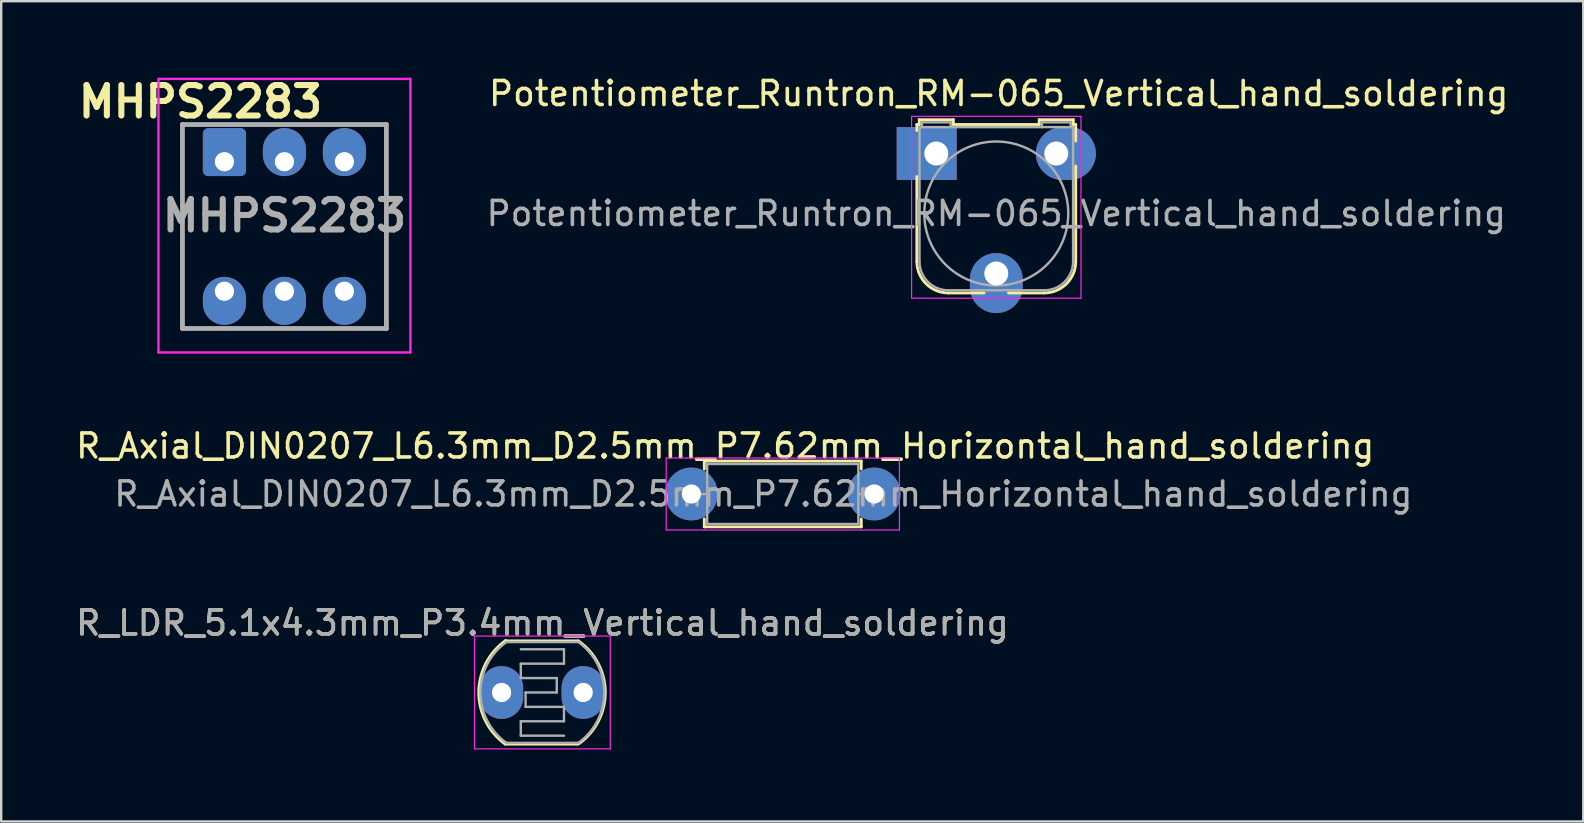
<source format=kicad_pcb>
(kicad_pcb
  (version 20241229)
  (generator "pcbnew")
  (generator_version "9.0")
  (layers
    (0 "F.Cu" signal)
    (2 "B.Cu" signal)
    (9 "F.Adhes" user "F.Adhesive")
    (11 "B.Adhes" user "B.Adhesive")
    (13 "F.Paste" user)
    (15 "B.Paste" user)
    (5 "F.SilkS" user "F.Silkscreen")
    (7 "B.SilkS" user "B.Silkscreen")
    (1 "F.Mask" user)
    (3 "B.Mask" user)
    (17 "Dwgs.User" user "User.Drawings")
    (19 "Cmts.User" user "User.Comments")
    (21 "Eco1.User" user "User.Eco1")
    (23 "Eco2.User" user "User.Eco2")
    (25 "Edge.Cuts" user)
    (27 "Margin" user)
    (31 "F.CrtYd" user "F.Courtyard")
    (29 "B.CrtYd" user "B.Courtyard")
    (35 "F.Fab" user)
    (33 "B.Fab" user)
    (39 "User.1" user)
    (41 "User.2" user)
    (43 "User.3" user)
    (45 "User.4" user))
  (footprint "R_Axial_DIN0207_L6.3mm_D2.5mm_P7.62mm_Horizontal_hand_soldering"
    (layer "F.Cu")
    (at 25.763 17.537)
    (property "Reference" "R_Axial_DIN0207_L6.3mm_D2.5mm_P7.62mm_Horizontal_hand_soldering" (at 1.41 -2 0) (layer "F.SilkS") (effects (font (size 1 1) (thickness 0.15))))
    (attr through_hole)
    (fp_line (start 0.54 -1.37) (end 7.08 -1.37) (stroke (width 0.12) (type solid)) (layer "F.SilkS"))
    (fp_line (start 0.54 -1.04) (end 0.54 -1.37) (stroke (width 0.12) (type solid)) (layer "F.SilkS"))
    (fp_line (start 0.54 1.04) (end 0.54 1.37) (stroke (width 0.12) (type solid)) (layer "F.SilkS"))
    (fp_line (start 0.54 1.37) (end 7.08 1.37) (stroke (width 0.12) (type solid)) (layer "F.SilkS"))
    (fp_line (start 7.08 -1.37) (end 7.08 -1.04) (stroke (width 0.12) (type solid)) (layer "F.SilkS"))
    (fp_line (start 7.08 1.37) (end 7.08 1.04) (stroke (width 0.12) (type solid)) (layer "F.SilkS"))
    (fp_line (start -1.05 -1.5) (end -1.05 1.5) (stroke (width 0.05) (type solid)) (layer "F.CrtYd"))
    (fp_line (start -1.05 1.5) (end 8.67 1.5) (stroke (width 0.05) (type solid)) (layer "F.CrtYd"))
    (fp_line (start 8.67 -1.5) (end -1.05 -1.5) (stroke (width 0.05) (type solid)) (layer "F.CrtYd"))
    (fp_line (start 8.67 1.5) (end 8.67 -1.5) (stroke (width 0.05) (type solid)) (layer "F.CrtYd"))
    (fp_line (start 0 0) (end 0.66 0) (stroke (width 0.1) (type solid)) (layer "F.Fab"))
    (fp_line (start 0.66 -1.25) (end 0.66 1.25) (stroke (width 0.1) (type solid)) (layer "F.Fab"))
    (fp_line (start 0.66 1.25) (end 6.96 1.25) (stroke (width 0.1) (type solid)) (layer "F.Fab"))
    (fp_line (start 6.96 -1.25) (end 0.66 -1.25) (stroke (width 0.1) (type solid)) (layer "F.Fab"))
    (fp_line (start 6.96 1.25) (end 6.96 -1.25) (stroke (width 0.1) (type solid)) (layer "F.Fab"))
    (fp_line (start 7.62 0) (end 6.96 0) (stroke (width 0.1) (type solid)) (layer "F.Fab"))
    (fp_text user "${REFERENCE}" (at 3 0 0) (layer "F.Fab") (effects (font (size 1 1) (thickness 0.15))))
    (pad "1" thru_hole circle (at 0 0) (size 2.2 2.2) (drill 0.8) (layers "*.Cu" "*.Mask"))
    (pad "2" thru_hole circle (at 7.62 0) (size 2.2 2.2) (drill 0.8) (layers "*.Cu" "*.Mask")))
  (footprint "R_LDR_5.1x4.3mm_P3.4mm_Vertical_hand_soldering"
    (layer "F.Cu")
    (at 17.854 25.81)
    (property "Reference" "R_LDR_5.1x4.3mm_P3.4mm_Vertical_hand_soldering" (at 1.7 -2.9 0) (layer "F.SilkS") (effects (font (size 1 1) (thickness 0.15))))
    (attr through_hole)
    (fp_line (start 0.15 -2.15) (end 3.2 -2.15) (stroke (width 0.12) (type solid)) (layer "F.SilkS"))
    (fp_line (start 0.15 2.15) (end 3.2 2.15) (stroke (width 0.12) (type solid)) (layer "F.SilkS"))
    (fp_arc (start 0.15 2.15) (mid -0.950438 -0.013368) (end 0.171766 -2.165525) (stroke (width 0.12) (type solid)) (layer "F.SilkS"))
    (fp_arc (start 3.2 -2.15) (mid 4.321403 -0.027338) (end 3.244513 2.118249) (stroke (width 0.12) (type solid)) (layer "F.SilkS"))
    (fp_line (start -1.13 -2.35) (end -1.13 2.35) (stroke (width 0.05) (type solid)) (layer "F.CrtYd"))
    (fp_line (start -1.13 -2.35) (end 4.53 -2.35) (stroke (width 0.05) (type solid)) (layer "F.CrtYd"))
    (fp_line (start 4.53 2.35) (end -1.13 2.35) (stroke (width 0.05) (type solid)) (layer "F.CrtYd"))
    (fp_line (start 4.53 2.35) (end 4.53 -2.35) (stroke (width 0.05) (type solid)) (layer "F.CrtYd"))
    (fp_line (start 0.2 -2.1) (end 3.2 -2.1) (stroke (width 0.1) (type solid)) (layer "F.Fab"))
    (fp_line (start 0.8 -1.8) (end 2.6 -1.8) (stroke (width 0.1) (type solid)) (layer "F.Fab"))
    (fp_line (start 0.8 -1.2) (end 0.8 -0.6) (stroke (width 0.1) (type solid)) (layer "F.Fab"))
    (fp_line (start 0.8 1.2) (end 0.8 1.8) (stroke (width 0.1) (type solid)) (layer "F.Fab"))
    (fp_line (start 0.8 1.8) (end 2.6 1.8) (stroke (width 0.1) (type solid)) (layer "F.Fab"))
    (fp_line (start 1 0) (end 1 0.6) (stroke (width 0.1) (type solid)) (layer "F.Fab"))
    (fp_line (start 1 0) (end 2.3 0) (stroke (width 0.1) (type solid)) (layer "F.Fab"))
    (fp_line (start 2.3 -0.6) (end 0.8 -0.6) (stroke (width 0.1) (type solid)) (layer "F.Fab"))
    (fp_line (start 2.3 0) (end 2.3 -0.6) (stroke (width 0.1) (type solid)) (layer "F.Fab"))
    (fp_line (start 2.6 -1.8) (end 2.6 -1.2) (stroke (width 0.1) (type solid)) (layer "F.Fab"))
    (fp_line (start 2.6 -1.2) (end 0.8 -1.2) (stroke (width 0.1) (type solid)) (layer "F.Fab"))
    (fp_line (start 2.6 0.6) (end 1 0.6) (stroke (width 0.1) (type solid)) (layer "F.Fab"))
    (fp_line (start 2.6 0.6) (end 2.6 1.2) (stroke (width 0.1) (type solid)) (layer "F.Fab"))
    (fp_line (start 2.6 1.2) (end 0.8 1.2) (stroke (width 0.1) (type solid)) (layer "F.Fab"))
    (fp_line (start 3.2 2.1) (end 0.2 2.1) (stroke (width 0.1) (type solid)) (layer "F.Fab"))
    (fp_arc (start 0.2 2.1) (mid -0.880697 -0.001697) (end 0.202763 -2.101971) (stroke (width 0.1) (type solid)) (layer "F.Fab"))
    (fp_arc (start 3.2 -2.1) (mid 4.280697 0.001697) (end 3.197237 2.101971) (stroke (width 0.1) (type solid)) (layer "F.Fab"))
    (fp_text user "${REFERENCE}" (at 1.7 -2.9 0) (layer "F.Fab") (effects (font (size 1 1) (thickness 0.15))))
    (pad "1" thru_hole oval (at 0 0) (size 1.8 2.2) (drill 0.8) (layers "*.Cu" "*.Mask"))
    (pad "2" thru_hole oval (at 3.4 0) (size 1.8 2.2) (drill 0.8) (layers "*.Cu" "*.Mask")))
  (footprint "Potentiometer_Runtron_RM-065_Vertical_hand_soldering"
    (layer "F.Cu")
    (at 35.971 3.348)
    (property "Reference" "Potentiometer_Runtron_RM-065_Vertical_hand_soldering" (at 2.6 -2.5 0) (layer "F.SilkS") (effects (font (size 1 1) (thickness 0.15))))
    (attr through_hole)
    (fp_line (start -0.81 -1.21) (end -0.81 -0.96) (stroke (width 0.12) (type solid)) (layer "F.SilkS"))
    (fp_line (start -0.81 4.5) (end -0.81 0.96) (stroke (width 0.12) (type solid)) (layer "F.SilkS"))
    (fp_line (start -0.71 -1.41) (end -0.71 -1.21) (stroke (width 0.12) (type solid)) (layer "F.SilkS"))
    (fp_line (start -0.71 -1.41) (end 0.71 -1.41) (stroke (width 0.12) (type solid)) (layer "F.SilkS"))
    (fp_line (start -0.71 -1.21) (end -0.81 -1.21) (stroke (width 0.12) (type solid)) (layer "F.SilkS"))
    (fp_line (start 0.71 -1.21) (end 0.71 -1.41) (stroke (width 0.12) (type solid)) (layer "F.SilkS"))
    (fp_line (start 0.71 -1.21) (end 4.29 -1.21) (stroke (width 0.12) (type solid)) (layer "F.SilkS"))
    (fp_line (start 1.99 5.81) (end 0.5 5.81) (stroke (width 0.12) (type solid)) (layer "F.SilkS"))
    (fp_line (start 4.29 -1.41) (end 5.71 -1.41) (stroke (width 0.12) (type solid)) (layer "F.SilkS"))
    (fp_line (start 4.29 -1.21) (end 4.29 -1.41) (stroke (width 0.12) (type solid)) (layer "F.SilkS"))
    (fp_line (start 4.5 5.81) (end 3.01 5.81) (stroke (width 0.12) (type solid)) (layer "F.SilkS"))
    (fp_line (start 5.71 -1.41) (end 5.71 -1.21) (stroke (width 0.12) (type solid)) (layer "F.SilkS"))
    (fp_line (start 5.71 -1.21) (end 5.81 -1.21) (stroke (width 0.12) (type solid)) (layer "F.SilkS"))
    (fp_line (start 5.81 -1.21) (end 5.81 -0.52) (stroke (width 0.12) (type solid)) (layer "F.SilkS"))
    (fp_line (start 5.81 0.52) (end 5.81 4.5) (stroke (width 0.12) (type solid)) (layer "F.SilkS"))
    (fp_arc (start 0.5 5.81) (mid -0.42631 5.42631) (end -0.81 4.5) (stroke (width 0.12) (type solid)) (layer "F.SilkS"))
    (fp_arc (start 5.81 4.5) (mid 5.42631 5.42631) (end 4.5 5.81) (stroke (width 0.12) (type solid)) (layer "F.SilkS"))
    (fp_line (start -1.03 -1.55) (end -1.03 6.03) (stroke (width 0.05) (type solid)) (layer "F.CrtYd"))
    (fp_line (start -1.03 -1.55) (end 6.03 -1.55) (stroke (width 0.05) (type solid)) (layer "F.CrtYd"))
    (fp_line (start 6.03 6.03) (end -1.03 6.03) (stroke (width 0.05) (type solid)) (layer "F.CrtYd"))
    (fp_line (start 6.03 6.03) (end 6.03 -1.55) (stroke (width 0.05) (type solid)) (layer "F.CrtYd"))
    (fp_line (start -0.7 4.5) (end -0.7 -1.1) (stroke (width 0.1) (type solid)) (layer "F.Fab"))
    (fp_line (start -0.6 -1.3) (end 0.6 -1.3) (stroke (width 0.1) (type solid)) (layer "F.Fab"))
    (fp_line (start -0.6 -1.1) (end -0.6 -1.3) (stroke (width 0.1) (type solid)) (layer "F.Fab"))
    (fp_line (start 0.5 5.7) (end 4.5 5.7) (stroke (width 0.1) (type solid)) (layer "F.Fab"))
    (fp_line (start 0.6 -1.3) (end 0.6 -1.1) (stroke (width 0.1) (type solid)) (layer "F.Fab"))
    (fp_line (start 4.4 -1.3) (end 4.4 -1.1) (stroke (width 0.1) (type solid)) (layer "F.Fab"))
    (fp_line (start 5.6 -1.3) (end 4.41 -1.3) (stroke (width 0.1) (type solid)) (layer "F.Fab"))
    (fp_line (start 5.6 -1.1) (end 5.6 -1.3) (stroke (width 0.1) (type solid)) (layer "F.Fab"))
    (fp_line (start 5.7 -1.1) (end -0.7 -1.1) (stroke (width 0.1) (type solid)) (layer "F.Fab"))
    (fp_line (start 5.7 4.5) (end 5.7 -1.1) (stroke (width 0.1) (type solid)) (layer "F.Fab"))
    (fp_arc (start 0.5 5.7) (mid -0.348528 5.348528) (end -0.7 4.5) (stroke (width 0.1) (type solid)) (layer "F.Fab"))
    (fp_arc (start 5.7 4.5) (mid 5.348528 5.348528) (end 4.5 5.7) (stroke (width 0.1) (type solid)) (layer "F.Fab"))
    (fp_circle (center 2.5 2.5) (end 5.5 2.5) (stroke (width 0.1) (type solid)) (fill no) (layer "F.Fab"))
    (fp_text user "${REFERENCE}" (at 2.5 2.5 0) (layer "F.Fab") (effects (font (size 1 1) (thickness 0.15))))
    (pad "1" thru_hole rect (at 0 0) (size 2.5 2.2) (drill 1 (offset -0.4 0)) (layers "*.Cu" "*.Mask"))
    (pad "2" thru_hole oval (at 2.5 5) (size 2.2 2.5) (drill 1 (offset 0 0.4)) (layers "*.Cu" "*.Mask"))
    (pad "3" thru_hole oval (at 5 0) (size 2.5 2.2) (drill 1 (offset 0.4 0)) (layers "*.Cu" "*.Mask")))
  (footprint "MHPS2283"
    (layer "F.Cu")
    (at 6.304 3.689)
    (property "Reference" "MHPS2283" (at -1 -2.5 0) (layer "F.SilkS") (effects (font (size 1.27 1.27) (thickness 0.254))))
    (attr through_hole)
    (fp_line (start -1.75 -1.55) (end 6.75 -1.55) (stroke (width 0.1) (type solid)) (layer "F.SilkS"))
    (fp_line (start -1.75 6.95) (end -1.75 -1.55) (stroke (width 0.1) (type solid)) (layer "F.SilkS"))
    (fp_line (start 6.75 -1.55) (end 6.75 6.95) (stroke (width 0.1) (type solid)) (layer "F.SilkS"))
    (fp_line (start 6.75 6.95) (end -1.75 6.95) (stroke (width 0.1) (type solid)) (layer "F.SilkS"))
    (fp_line (start -2.75 -3.45) (end 7.75 -3.45) (stroke (width 0.1) (type solid)) (layer "F.CrtYd"))
    (fp_line (start -2.75 7.95) (end -2.75 -3.45) (stroke (width 0.1) (type solid)) (layer "F.CrtYd"))
    (fp_line (start 7.75 -3.45) (end 7.75 7.95) (stroke (width 0.1) (type solid)) (layer "F.CrtYd"))
    (fp_line (start 7.75 7.95) (end -2.75 7.95) (stroke (width 0.1) (type solid)) (layer "F.CrtYd"))
    (fp_line (start -1.75 -1.55) (end 6.75 -1.55) (stroke (width 0.2) (type solid)) (layer "F.Fab"))
    (fp_line (start -1.75 6.95) (end -1.75 -1.55) (stroke (width 0.2) (type solid)) (layer "F.Fab"))
    (fp_line (start 6.75 -1.55) (end 6.75 6.95) (stroke (width 0.2) (type solid)) (layer "F.Fab"))
    (fp_line (start 6.75 6.95) (end -1.75 6.95) (stroke (width 0.2) (type solid)) (layer "F.Fab"))
    (fp_text user "${REFERENCE}" (at 2.5 2.25 0) (layer "F.Fab") (effects (font (size 1.27 1.27) (thickness 0.254))))
    (pad "1" thru_hole roundrect (at 0 0) (size 1.8 2) (drill 0.8 (offset 0 -0.4)) (layers "*.Cu" "*.Mask") (roundrect_rratio 0.125))
    (pad "2" thru_hole oval (at 2.5 0) (size 1.8 2) (drill 0.8 (offset 0 -0.4)) (layers "*.Cu" "*.Mask"))
    (pad "3" thru_hole oval (at 5 0) (size 1.8 2) (drill 0.8 (offset 0 -0.4)) (layers "*.Cu" "*.Mask"))
    (pad "4" thru_hole oval (at 5 5.4) (size 1.8 2) (drill 0.8 (offset 0 0.4)) (layers "*.Cu" "*.Mask"))
    (pad "5" thru_hole oval (at 2.5 5.4) (size 1.8 2) (drill 0.8 (offset 0 0.4)) (layers "*.Cu" "*.Mask"))
    (pad "6" thru_hole oval (at 0 5.4) (size 1.8 2) (drill 0.8 (offset 0 0.4)) (layers "*.Cu" "*.Mask")))
  (gr_rect
    (start -3 -3)
    (end 62.934 31.185)
    (stroke (width 0.1) (type default))
    (fill no)
    (layer "Edge.Cuts")))
</source>
